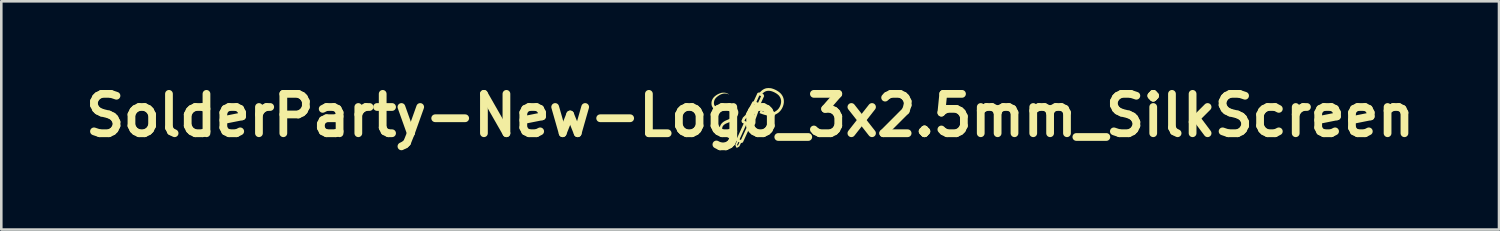
<source format=kicad_pcb>
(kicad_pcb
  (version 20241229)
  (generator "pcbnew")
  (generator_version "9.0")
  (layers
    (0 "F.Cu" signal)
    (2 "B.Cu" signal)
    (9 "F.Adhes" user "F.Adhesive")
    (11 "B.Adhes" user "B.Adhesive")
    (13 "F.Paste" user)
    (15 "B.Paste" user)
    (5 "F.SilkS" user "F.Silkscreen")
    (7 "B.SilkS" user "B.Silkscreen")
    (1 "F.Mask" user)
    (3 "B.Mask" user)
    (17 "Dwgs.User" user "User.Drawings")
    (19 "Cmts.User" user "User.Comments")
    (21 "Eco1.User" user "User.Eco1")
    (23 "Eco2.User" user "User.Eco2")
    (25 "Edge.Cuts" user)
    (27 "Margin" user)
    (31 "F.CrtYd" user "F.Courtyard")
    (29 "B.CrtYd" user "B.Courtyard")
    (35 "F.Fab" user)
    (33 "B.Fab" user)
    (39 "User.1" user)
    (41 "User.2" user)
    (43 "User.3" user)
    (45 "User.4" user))
  (footprint "SolderParty-New-Logo_3x2.5mm_SilkScreen"
    (layer "F.Cu")
    (at 25.988 1.418)
    (property "Reference" "SolderParty-New-Logo_3x2.5mm_SilkScreen" (at 0 0 0) (layer "F.SilkS") (effects (font (size 1.524 1.524) (thickness 0.3))))
    (attr through_hole)
    (fp_poly (pts (xy -0.996 -0.881) (xy -0.953 -0.875) (xy -0.912 -0.864) (xy -0.872 -0.847) (xy -0.832 -0.824) (xy -0.83 -0.823) (xy -0.819 -0.816) (xy -0.812 -0.811) (xy -0.811 -0.808) (xy -0.814 -0.809) (xy -0.821 -0.812) (xy -0.84 -0.82) (xy -0.856 -0.826) (xy -0.869 -0.831) (xy -0.881 -0.835) (xy -0.89 -0.837) (xy -0.935 -0.846) (xy -0.98 -0.849) (xy -1.022 -0.846) (xy -1.034 -0.844) (xy -1.079 -0.834) (xy -1.125 -0.818) (xy -1.17 -0.796) (xy -1.216 -0.769) (xy -1.261 -0.736) (xy -1.3 -0.704) (xy -1.33 -0.673) (xy -1.356 -0.64) (xy -1.376 -0.604) (xy -1.39 -0.565) (xy -1.4 -0.522) (xy -1.4 -0.521) (xy -1.403 -0.484) (xy -1.401 -0.449) (xy -1.394 -0.418) (xy -1.382 -0.39) (xy -1.365 -0.365) (xy -1.344 -0.343) (xy -1.319 -0.325) (xy -1.289 -0.311) (xy -1.256 -0.301) (xy -1.219 -0.295) (xy -1.178 -0.292) (xy -1.141 -0.294) (xy -1.123 -0.296) (xy -1.105 -0.298) (xy -1.087 -0.301) (xy -1.067 -0.305) (xy -1.045 -0.31) (xy -1.019 -0.316) (xy -0.989 -0.323) (xy -0.972 -0.328) (xy -0.939 -0.336) (xy -0.911 -0.343) (xy -0.886 -0.348) (xy -0.864 -0.352) (xy -0.843 -0.355) (xy -0.822 -0.357) (xy -0.801 -0.358) (xy -0.778 -0.358) (xy -0.771 -0.358) (xy -0.75 -0.358) (xy -0.733 -0.358) (xy -0.72 -0.357) (xy -0.709 -0.356) (xy -0.698 -0.354) (xy -0.687 -0.352) (xy -0.679 -0.35) (xy -0.637 -0.338) (xy -0.599 -0.322) (xy -0.565 -0.303) (xy -0.535 -0.28) (xy -0.51 -0.255) (xy -0.489 -0.227) (xy -0.473 -0.196) (xy -0.467 -0.177) (xy -0.459 -0.141) (xy -0.458 -0.104) (xy -0.462 -0.067) (xy -0.471 -0.031) (xy -0.486 0.006) (xy -0.506 0.041) (xy -0.531 0.076) (xy -0.562 0.11) (xy -0.596 0.142) (xy -0.636 0.173) (xy -0.68 0.202) (xy -0.69 0.208) (xy -0.729 0.228) (xy -0.772 0.249) (xy -0.821 0.269) (xy -0.848 0.279) (xy -0.886 0.294) (xy -0.92 0.308) (xy -0.949 0.322) (xy -0.974 0.337) (xy -0.996 0.352) (xy -1.016 0.368) (xy -1.029 0.381) (xy -1.051 0.406) (xy -1.067 0.433) (xy -1.077 0.462) (xy -1.082 0.492) (xy -1.081 0.524) (xy -1.073 0.557) (xy -1.061 0.591) (xy -1.056 0.601) (xy -1.038 0.632) (xy -1.018 0.66) (xy -0.994 0.687) (xy -0.966 0.713) (xy -0.932 0.739) (xy -0.912 0.753) (xy -0.88 0.775) (xy -0.852 0.795) (xy -0.828 0.813) (xy -0.805 0.832) (xy -0.784 0.85) (xy -0.763 0.871) (xy -0.744 0.89) (xy -0.713 0.924) (xy -0.687 0.958) (xy -0.665 0.993) (xy -0.648 1.026) (xy -0.636 1.058) (xy -0.629 1.088) (xy -0.629 1.09) (xy -0.628 1.099) (xy -0.629 1.104) (xy -0.63 1.104) (xy -0.631 1.1) (xy -0.633 1.095) (xy -0.635 1.087) (xy -0.636 1.085) (xy -0.645 1.063) (xy -0.658 1.039) (xy -0.675 1.014) (xy -0.696 0.988) (xy -0.72 0.962) (xy -0.73 0.952) (xy -0.764 0.921) (xy -0.802 0.892) (xy -0.843 0.863) (xy -0.89 0.835) (xy -0.93 0.813) (xy -0.947 0.803) (xy -0.965 0.794) (xy -0.981 0.784) (xy -0.995 0.776) (xy -0.999 0.774) (xy -1.017 0.761) (xy -1.037 0.744) (xy -1.057 0.726) (xy -1.077 0.706) (xy -1.095 0.686) (xy -1.106 0.672) (xy -1.119 0.653) (xy -1.133 0.63) (xy -1.145 0.606) (xy -1.155 0.583) (xy -1.163 0.562) (xy -1.164 0.558) (xy -1.168 0.539) (xy -1.171 0.517) (xy -1.172 0.493) (xy -1.172 0.47) (xy -1.171 0.45) (xy -1.169 0.439) (xy -1.158 0.401) (xy -1.141 0.364) (xy -1.118 0.329) (xy -1.09 0.297) (xy -1.057 0.267) (xy -1.052 0.262) (xy -1.034 0.249) (xy -1.017 0.238) (xy -1 0.227) (xy -0.981 0.216) (xy -0.959 0.206) (xy -0.935 0.194) (xy -0.906 0.182) (xy -0.891 0.176) (xy -0.835 0.151) (xy -0.784 0.125) (xy -0.74 0.099) (xy -0.7 0.071) (xy -0.667 0.043) (xy -0.638 0.013) (xy -0.631 0.005) (xy -0.611 -0.024) (xy -0.596 -0.052) (xy -0.587 -0.079) (xy -0.583 -0.105) (xy -0.585 -0.129) (xy -0.592 -0.152) (xy -0.605 -0.172) (xy -0.623 -0.19) (xy -0.647 -0.205) (xy -0.675 -0.218) (xy -0.701 -0.226) (xy -0.712 -0.228) (xy -0.723 -0.23) (xy -0.735 -0.231) (xy -0.748 -0.232) (xy -0.766 -0.232) (xy -0.779 -0.232) (xy -0.8 -0.232) (xy -0.818 -0.231) (xy -0.836 -0.23) (xy -0.854 -0.228) (xy -0.873 -0.224) (xy -0.895 -0.22) (xy -0.92 -0.214) (xy -0.948 -0.207) (xy -0.988 -0.198) (xy -1.023 -0.19) (xy -1.056 -0.185) (xy -1.086 -0.181) (xy -1.116 -0.178) (xy -1.147 -0.177) (xy -1.159 -0.177) (xy -1.206 -0.179) (xy -1.25 -0.185) (xy -1.29 -0.194) (xy -1.329 -0.208) (xy -1.349 -0.217) (xy -1.384 -0.238) (xy -1.414 -0.262) (xy -1.44 -0.29) (xy -1.461 -0.321) (xy -1.478 -0.357) (xy -1.487 -0.383) (xy -1.492 -0.405) (xy -1.495 -0.431) (xy -1.497 -0.459) (xy -1.497 -0.487) (xy -1.494 -0.513) (xy -1.493 -0.524) (xy -1.483 -0.567) (xy -1.468 -0.607) (xy -1.449 -0.644) (xy -1.426 -0.679) (xy -1.398 -0.712) (xy -1.364 -0.744) (xy -1.325 -0.774) (xy -1.292 -0.796) (xy -1.254 -0.818) (xy -1.214 -0.838) (xy -1.172 -0.854) (xy -1.132 -0.868) (xy -1.104 -0.875) (xy -1.092 -0.877) (xy -1.076 -0.878) (xy -1.059 -0.88) (xy -1.041 -0.881) (xy -1.041 -0.881)) (stroke (width 0) (type solid)) (fill yes) (layer "F.SilkS"))
    (fp_poly (pts (xy 0.752 -1.057) (xy 0.778 -1.055) (xy 0.8 -1.053) (xy 0.812 -1.051) (xy 0.856 -1.039) (xy 0.902 -1.024) (xy 0.95 -1.004) (xy 0.998 -0.982) (xy 1.044 -0.956) (xy 1.051 -0.952) (xy 1.101 -0.919) (xy 1.145 -0.884) (xy 1.185 -0.846) (xy 1.219 -0.805) (xy 1.247 -0.762) (xy 1.27 -0.717) (xy 1.287 -0.669) (xy 1.296 -0.634) (xy 1.3 -0.612) (xy 1.303 -0.586) (xy 1.304 -0.558) (xy 1.305 -0.53) (xy 1.304 -0.504) (xy 1.302 -0.484) (xy 1.293 -0.429) (xy 1.277 -0.374) (xy 1.257 -0.321) (xy 1.231 -0.269) (xy 1.201 -0.221) (xy 1.181 -0.194) (xy 1.165 -0.175) (xy 1.147 -0.156) (xy 1.128 -0.136) (xy 1.109 -0.119) (xy 1.092 -0.105) (xy 1.088 -0.102) (xy 1.074 -0.092) (xy 1.056 -0.081) (xy 1.036 -0.068) (xy 1.015 -0.056) (xy 0.995 -0.044) (xy 0.977 -0.035) (xy 0.962 -0.027) (xy 0.962 -0.027) (xy 0.923 -0.011) (xy 0.883 0.001) (xy 0.842 0.008) (xy 0.798 0.012) (xy 0.753 0.012) (xy 0.704 0.008) (xy 0.653 -0.001) (xy 0.598 -0.013) (xy 0.538 -0.029) (xy 0.521 -0.035) (xy 0.507 -0.039) (xy 0.491 -0.044) (xy 0.473 -0.05) (xy 0.454 -0.057) (xy 0.434 -0.064) (xy 0.416 -0.07) (xy 0.399 -0.077) (xy 0.385 -0.082) (xy 0.374 -0.086) (xy 0.367 -0.089) (xy 0.365 -0.09) (xy 0.366 -0.093) (xy 0.368 -0.101) (xy 0.371 -0.112) (xy 0.376 -0.125) (xy 0.381 -0.139) (xy 0.386 -0.153) (xy 0.391 -0.167) (xy 0.395 -0.178) (xy 0.399 -0.185) (xy 0.4 -0.188) (xy 0.403 -0.188) (xy 0.411 -0.185) (xy 0.422 -0.181) (xy 0.437 -0.176) (xy 0.454 -0.17) (xy 0.455 -0.169) (xy 0.509 -0.15) (xy 0.56 -0.134) (xy 0.608 -0.12) (xy 0.653 -0.109) (xy 0.689 -0.102) (xy 0.712 -0.098) (xy 0.738 -0.096) (xy 0.765 -0.094) (xy 0.791 -0.094) (xy 0.816 -0.096) (xy 0.838 -0.098) (xy 0.856 -0.101) (xy 0.856 -0.101) (xy 0.889 -0.112) (xy 0.923 -0.127) (xy 0.958 -0.145) (xy 0.996 -0.168) (xy 1.014 -0.181) (xy 1.048 -0.207) (xy 1.079 -0.238) (xy 1.108 -0.273) (xy 1.133 -0.312) (xy 1.155 -0.353) (xy 1.172 -0.396) (xy 1.186 -0.44) (xy 1.195 -0.485) (xy 1.199 -0.529) (xy 1.198 -0.571) (xy 1.198 -0.574) (xy 1.191 -0.617) (xy 1.179 -0.657) (xy 1.163 -0.695) (xy 1.141 -0.731) (xy 1.118 -0.762) (xy 1.095 -0.787) (xy 1.066 -0.812) (xy 1.034 -0.836) (xy 0.998 -0.86) (xy 0.959 -0.882) (xy 0.92 -0.902) (xy 0.88 -0.919) (xy 0.84 -0.933) (xy 0.801 -0.944) (xy 0.788 -0.947) (xy 0.765 -0.95) (xy 0.74 -0.952) (xy 0.713 -0.953) (xy 0.686 -0.952) (xy 0.662 -0.95) (xy 0.642 -0.946) (xy 0.641 -0.946) (xy 0.603 -0.934) (xy 0.568 -0.918) (xy 0.536 -0.898) (xy 0.505 -0.872) (xy 0.5 -0.867) (xy 0.49 -0.857) (xy 0.481 -0.849) (xy 0.476 -0.843) (xy 0.474 -0.84) (xy 0.474 -0.84) (xy 0.477 -0.838) (xy 0.484 -0.834) (xy 0.494 -0.829) (xy 0.496 -0.828) (xy 0.517 -0.818) (xy 0.53 -0.784) (xy 0.542 -0.75) (xy 0.467 -0.586) (xy 0.393 -0.422) (xy 0.397 -0.407) (xy 0.402 -0.392) (xy 0.305 -0.119) (xy 0.207 0.153) (xy 0.206 0.226) (xy 0.205 0.299) (xy 0.176 0.363) (xy 0.167 0.381) (xy 0.159 0.398) (xy 0.153 0.412) (xy 0.148 0.423) (xy 0.144 0.429) (xy 0.143 0.431) (xy 0.14 0.433) (xy 0.132 0.437) (xy 0.12 0.442) (xy 0.107 0.447) (xy 0.073 0.459) (xy 0.037 0.443) (xy 0.021 0.436) (xy 0.01 0.431) (xy 0.003 0.429) (xy -0.001 0.43) (xy -0.001 0.43) (xy -0.002 0.433) (xy -0.006 0.441) (xy -0.012 0.454) (xy -0.02 0.472) (xy -0.03 0.493) (xy -0.042 0.519) (xy -0.055 0.547) (xy -0.069 0.579) (xy -0.085 0.613) (xy -0.101 0.649) (xy -0.119 0.688) (xy -0.137 0.728) (xy -0.142 0.739) (xy -0.281 1.045) (xy -0.312 1.057) (xy -0.326 1.062) (xy -0.338 1.066) (xy -0.347 1.068) (xy -0.351 1.069) (xy -0.353 1.07) (xy -0.356 1.073) (xy -0.36 1.077) (xy -0.364 1.085) (xy -0.369 1.096) (xy -0.377 1.112) (xy -0.385 1.13) (xy -0.393 1.148) (xy -0.401 1.165) (xy -0.408 1.178) (xy -0.413 1.189) (xy -0.416 1.195) (xy -0.417 1.197) (xy -0.421 1.2) (xy -0.429 1.206) (xy -0.441 1.214) (xy -0.454 1.222) (xy -0.462 1.227) (xy -0.48 1.238) (xy -0.495 1.245) (xy -0.507 1.25) (xy -0.516 1.251) (xy -0.523 1.25) (xy -0.53 1.246) (xy -0.532 1.244) (xy -0.536 1.239) (xy -0.541 1.229) (xy -0.547 1.216) (xy -0.553 1.201) (xy -0.56 1.185) (xy -0.565 1.17) (xy -0.569 1.156) (xy -0.572 1.146) (xy -0.573 1.142) (xy -0.507 1.142) (xy -0.502 1.156) (xy -0.498 1.164) (xy -0.495 1.169) (xy -0.494 1.17) (xy -0.489 1.168) (xy -0.483 1.164) (xy -0.479 1.162) (xy -0.474 1.158) (xy -0.47 1.154) (xy -0.466 1.148) (xy -0.461 1.14) (xy -0.455 1.128) (xy -0.448 1.112) (xy -0.442 1.099) (xy -0.434 1.083) (xy -0.428 1.068) (xy -0.422 1.056) (xy -0.419 1.047) (xy -0.417 1.043) (xy -0.417 1.043) (xy -0.42 1.041) (xy -0.426 1.037) (xy -0.434 1.033) (xy -0.442 1.029) (xy -0.449 1.027) (xy -0.453 1.026) (xy -0.454 1.029) (xy -0.458 1.036) (xy -0.464 1.047) (xy -0.471 1.061) (xy -0.478 1.078) (xy -0.481 1.084) (xy -0.507 1.142) (xy -0.573 1.142) (xy -0.573 1.14) (xy -0.572 1.135) (xy -0.568 1.125) (xy -0.563 1.111) (xy -0.556 1.094) (xy -0.548 1.075) (xy -0.541 1.06) (xy -0.509 0.99) (xy -0.52 0.961) (xy -0.531 0.931) (xy -0.529 0.927) (xy -0.409 0.927) (xy -0.405 0.929) (xy -0.398 0.933) (xy -0.388 0.937) (xy -0.378 0.942) (xy -0.368 0.947) (xy -0.36 0.95) (xy -0.357 0.951) (xy -0.355 0.948) (xy -0.352 0.941) (xy -0.346 0.928) (xy -0.338 0.911) (xy -0.328 0.89) (xy -0.317 0.866) (xy -0.304 0.838) (xy -0.29 0.807) (xy -0.274 0.773) (xy -0.258 0.738) (xy -0.241 0.7) (xy -0.226 0.667) (xy -0.097 0.383) (xy -0.124 0.37) (xy -0.135 0.364) (xy -0.144 0.36) (xy -0.15 0.358) (xy -0.152 0.358) (xy -0.153 0.361) (xy -0.157 0.369) (xy -0.164 0.382) (xy -0.171 0.399) (xy -0.181 0.42) (xy -0.192 0.444) (xy -0.204 0.471) (xy -0.217 0.5) (xy -0.231 0.531) (xy -0.246 0.563) (xy -0.261 0.596) (xy -0.277 0.63) (xy -0.292 0.665) (xy -0.307 0.698) (xy -0.322 0.732) (xy -0.337 0.764) (xy -0.35 0.794) (xy -0.363 0.822) (xy -0.375 0.848) (xy -0.385 0.871) (xy -0.394 0.891) (xy -0.401 0.907) (xy -0.406 0.918) (xy -0.408 0.925) (xy -0.409 0.927) (xy -0.529 0.927) (xy -0.39 0.623) (xy -0.371 0.582) (xy -0.353 0.543) (xy -0.337 0.506) (xy -0.321 0.471) (xy -0.306 0.439) (xy -0.293 0.409) (xy -0.281 0.383) (xy -0.271 0.361) (xy -0.263 0.342) (xy -0.256 0.328) (xy -0.252 0.318) (xy -0.25 0.313) (xy -0.25 0.313) (xy -0.253 0.311) (xy -0.261 0.307) (xy -0.272 0.302) (xy -0.282 0.297) (xy -0.313 0.283) (xy -0.326 0.248) (xy -0.339 0.213) (xy -0.337 0.209) (xy -0.218 0.209) (xy -0.218 0.209) (xy -0.214 0.211) (xy -0.206 0.215) (xy -0.194 0.221) (xy -0.178 0.228) (xy -0.16 0.237) (xy -0.139 0.246) (xy -0.116 0.257) (xy -0.092 0.267) (xy -0.068 0.278) (xy -0.044 0.289) (xy -0.021 0.3) (xy 0.001 0.309) (xy 0.021 0.318) (xy 0.038 0.326) (xy 0.052 0.332) (xy 0.061 0.336) (xy 0.067 0.338) (xy 0.067 0.338) (xy 0.07 0.335) (xy 0.074 0.328) (xy 0.079 0.317) (xy 0.085 0.304) (xy 0.086 0.303) (xy 0.102 0.269) (xy 0.102 0.181) (xy 0.034 0.15) (xy 0.012 0.14) (xy -0.012 0.129) (xy -0.035 0.119) (xy -0.056 0.109) (xy -0.074 0.101) (xy -0.079 0.099) (xy -0.124 0.078) (xy -0.153 0.105) (xy -0.164 0.115) (xy -0.174 0.125) (xy -0.181 0.132) (xy -0.185 0.136) (xy -0.185 0.136) (xy -0.188 0.14) (xy -0.193 0.149) (xy -0.198 0.16) (xy -0.203 0.172) (xy -0.208 0.184) (xy -0.213 0.195) (xy -0.216 0.204) (xy -0.218 0.209) (xy -0.337 0.209) (xy -0.281 0.083) (xy -0.229 0.032) (xy -0.186 -0.01) (xy -0.063 -0.01) (xy 0.028 0.031) (xy 0.05 0.041) (xy 0.07 0.05) (xy 0.087 0.057) (xy 0.102 0.064) (xy 0.113 0.068) (xy 0.12 0.071) (xy 0.121 0.071) (xy 0.123 0.068) (xy 0.126 0.06) (xy 0.131 0.047) (xy 0.138 0.03) (xy 0.146 0.009) (xy 0.155 -0.016) (xy 0.165 -0.044) (xy 0.176 -0.075) (xy 0.188 -0.107) (xy 0.2 -0.142) (xy 0.205 -0.153) (xy 0.217 -0.188) (xy 0.229 -0.222) (xy 0.24 -0.253) (xy 0.25 -0.282) (xy 0.26 -0.308) (xy 0.268 -0.331) (xy 0.274 -0.35) (xy 0.279 -0.365) (xy 0.283 -0.375) (xy 0.284 -0.38) (xy 0.284 -0.38) (xy 0.281 -0.383) (xy 0.274 -0.387) (xy 0.263 -0.393) (xy 0.25 -0.399) (xy 0.235 -0.406) (xy 0.219 -0.414) (xy 0.203 -0.421) (xy 0.189 -0.427) (xy 0.177 -0.432) (xy 0.168 -0.435) (xy 0.163 -0.436) (xy 0.162 -0.436) (xy 0.16 -0.433) (xy 0.156 -0.425) (xy 0.149 -0.413) (xy 0.141 -0.396) (xy 0.13 -0.376) (xy 0.118 -0.353) (xy 0.104 -0.327) (xy 0.089 -0.299) (xy 0.074 -0.269) (xy 0.062 -0.246) (xy 0.045 -0.214) (xy 0.029 -0.183) (xy 0.013 -0.154) (xy -0.001 -0.127) (xy -0.014 -0.102) (xy -0.025 -0.08) (xy -0.035 -0.062) (xy -0.043 -0.048) (xy -0.048 -0.038) (xy -0.05 -0.034) (xy -0.063 -0.01) (xy -0.186 -0.01) (xy -0.177 -0.02) (xy -0.043 -0.276) (xy 0.085 -0.52) (xy 0.244 -0.52) (xy 0.248 -0.517) (xy 0.256 -0.514) (xy 0.266 -0.509) (xy 0.278 -0.503) (xy 0.289 -0.498) (xy 0.298 -0.495) (xy 0.304 -0.492) (xy 0.305 -0.492) (xy 0.307 -0.495) (xy 0.311 -0.502) (xy 0.317 -0.514) (xy 0.324 -0.53) (xy 0.334 -0.549) (xy 0.344 -0.571) (xy 0.355 -0.595) (xy 0.366 -0.618) (xy 0.377 -0.644) (xy 0.388 -0.668) (xy 0.398 -0.69) (xy 0.406 -0.709) (xy 0.413 -0.724) (xy 0.419 -0.736) (xy 0.422 -0.743) (xy 0.422 -0.746) (xy 0.418 -0.748) (xy 0.41 -0.752) (xy 0.4 -0.757) (xy 0.388 -0.761) (xy 0.377 -0.766) (xy 0.367 -0.769) (xy 0.36 -0.772) (xy 0.357 -0.772) (xy 0.355 -0.768) (xy 0.351 -0.76) (xy 0.345 -0.748) (xy 0.337 -0.732) (xy 0.329 -0.713) (xy 0.32 -0.693) (xy 0.31 -0.671) (xy 0.3 -0.648) (xy 0.289 -0.626) (xy 0.28 -0.603) (xy 0.271 -0.582) (xy 0.262 -0.564) (xy 0.255 -0.547) (xy 0.25 -0.534) (xy 0.246 -0.525) (xy 0.244 -0.52) (xy 0.244 -0.52) (xy 0.085 -0.52) (xy 0.092 -0.533) (xy 0.113 -0.54) (xy 0.124 -0.544) (xy 0.132 -0.547) (xy 0.137 -0.55) (xy 0.137 -0.55) (xy 0.139 -0.553) (xy 0.143 -0.561) (xy 0.149 -0.574) (xy 0.156 -0.59) (xy 0.166 -0.61) (xy 0.176 -0.633) (xy 0.188 -0.659) (xy 0.201 -0.687) (xy 0.212 -0.71) (xy 0.284 -0.868) (xy 0.318 -0.881) (xy 0.332 -0.887) (xy 0.343 -0.89) (xy 0.349 -0.892) (xy 0.354 -0.892) (xy 0.359 -0.891) (xy 0.363 -0.889) (xy 0.374 -0.884) (xy 0.382 -0.896) (xy 0.388 -0.902) (xy 0.396 -0.912) (xy 0.407 -0.923) (xy 0.419 -0.935) (xy 0.423 -0.939) (xy 0.46 -0.973) (xy 0.5 -1) (xy 0.542 -1.023) (xy 0.586 -1.041) (xy 0.63 -1.052) (xy 0.649 -1.055) (xy 0.672 -1.057) (xy 0.698 -1.058) (xy 0.725 -1.058)) (stroke (width 0) (type solid)) (fill yes) (layer "F.SilkS")))
  (gr_rect
    (start -3 -3)
    (end 54.976 5.836)
    (stroke (width 0.1) (type default))
    (fill no)
    (layer "Edge.Cuts")))
</source>
